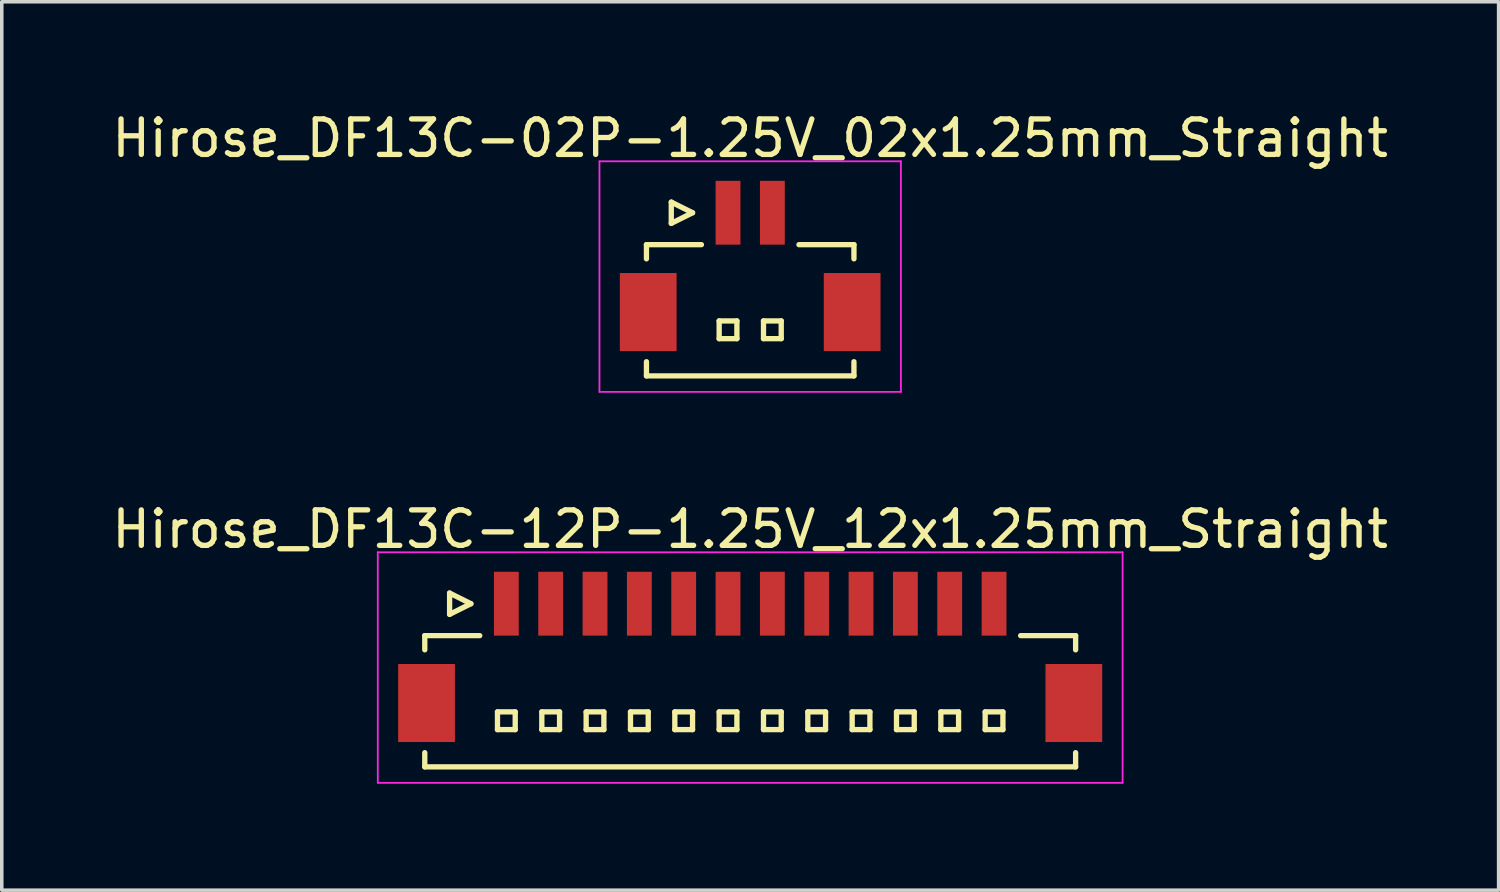
<source format=kicad_pcb>
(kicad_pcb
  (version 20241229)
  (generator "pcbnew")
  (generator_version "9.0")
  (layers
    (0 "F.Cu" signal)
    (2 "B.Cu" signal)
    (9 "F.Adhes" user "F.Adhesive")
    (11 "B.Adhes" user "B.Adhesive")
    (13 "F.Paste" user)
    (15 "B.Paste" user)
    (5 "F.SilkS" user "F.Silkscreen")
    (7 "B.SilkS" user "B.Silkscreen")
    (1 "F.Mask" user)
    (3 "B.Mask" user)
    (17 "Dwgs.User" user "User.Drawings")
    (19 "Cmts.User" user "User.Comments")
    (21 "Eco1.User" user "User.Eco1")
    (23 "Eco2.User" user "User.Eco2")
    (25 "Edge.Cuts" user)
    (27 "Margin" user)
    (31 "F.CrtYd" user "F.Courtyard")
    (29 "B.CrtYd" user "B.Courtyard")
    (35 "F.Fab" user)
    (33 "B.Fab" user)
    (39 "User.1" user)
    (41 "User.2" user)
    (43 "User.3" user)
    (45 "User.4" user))
  (footprint "Hirose_DF13C-12P-1.25V_12x1.25mm_Straight"
    (layer "F.Cu")
    (at 18.101 15.371)
    (property "Reference" "Hirose_DF13C-12P-1.25V_12x1.25mm_Straight" (at 0 -3.5 0) (layer "F.SilkS") (effects (font (size 1 1) (thickness 0.15))))
    (attr smd)
    (fp_line (start -9.175 -0.5) (end -9.175 -0.1) (stroke (width 0.15) (type solid)) (layer "F.SilkS"))
    (fp_line (start -9.175 -0.5) (end -7.625 -0.5) (stroke (width 0.15) (type solid)) (layer "F.SilkS"))
    (fp_line (start -9.175 3.2) (end -9.175 2.8) (stroke (width 0.15) (type solid)) (layer "F.SilkS"))
    (fp_line (start -9.175 3.2) (end 9.175 3.2) (stroke (width 0.15) (type solid)) (layer "F.SilkS"))
    (fp_line (start -8.475 -1.7) (end -8.475 -1.1) (stroke (width 0.15) (type solid)) (layer "F.SilkS"))
    (fp_line (start -8.475 -1.1) (end -7.875 -1.4) (stroke (width 0.15) (type solid)) (layer "F.SilkS"))
    (fp_line (start -7.875 -1.4) (end -8.475 -1.7) (stroke (width 0.15) (type solid)) (layer "F.SilkS"))
    (fp_line (start -7.125 1.65) (end -7.125 2.15) (stroke (width 0.15) (type solid)) (layer "F.SilkS"))
    (fp_line (start -7.125 2.15) (end -6.625 2.15) (stroke (width 0.15) (type solid)) (layer "F.SilkS"))
    (fp_line (start -6.625 1.65) (end -7.125 1.65) (stroke (width 0.15) (type solid)) (layer "F.SilkS"))
    (fp_line (start -6.625 2.15) (end -6.625 1.65) (stroke (width 0.15) (type solid)) (layer "F.SilkS"))
    (fp_line (start -5.875 1.65) (end -5.875 2.15) (stroke (width 0.15) (type solid)) (layer "F.SilkS"))
    (fp_line (start -5.875 2.15) (end -5.375 2.15) (stroke (width 0.15) (type solid)) (layer "F.SilkS"))
    (fp_line (start -5.375 1.65) (end -5.875 1.65) (stroke (width 0.15) (type solid)) (layer "F.SilkS"))
    (fp_line (start -5.375 2.15) (end -5.375 1.65) (stroke (width 0.15) (type solid)) (layer "F.SilkS"))
    (fp_line (start -4.625 1.65) (end -4.625 2.15) (stroke (width 0.15) (type solid)) (layer "F.SilkS"))
    (fp_line (start -4.625 2.15) (end -4.125 2.15) (stroke (width 0.15) (type solid)) (layer "F.SilkS"))
    (fp_line (start -4.125 1.65) (end -4.625 1.65) (stroke (width 0.15) (type solid)) (layer "F.SilkS"))
    (fp_line (start -4.125 2.15) (end -4.125 1.65) (stroke (width 0.15) (type solid)) (layer "F.SilkS"))
    (fp_line (start -3.375 1.65) (end -3.375 2.15) (stroke (width 0.15) (type solid)) (layer "F.SilkS"))
    (fp_line (start -3.375 2.15) (end -2.875 2.15) (stroke (width 0.15) (type solid)) (layer "F.SilkS"))
    (fp_line (start -2.875 1.65) (end -3.375 1.65) (stroke (width 0.15) (type solid)) (layer "F.SilkS"))
    (fp_line (start -2.875 2.15) (end -2.875 1.65) (stroke (width 0.15) (type solid)) (layer "F.SilkS"))
    (fp_line (start -2.125 1.65) (end -2.125 2.15) (stroke (width 0.15) (type solid)) (layer "F.SilkS"))
    (fp_line (start -2.125 2.15) (end -1.625 2.15) (stroke (width 0.15) (type solid)) (layer "F.SilkS"))
    (fp_line (start -1.625 1.65) (end -2.125 1.65) (stroke (width 0.15) (type solid)) (layer "F.SilkS"))
    (fp_line (start -1.625 2.15) (end -1.625 1.65) (stroke (width 0.15) (type solid)) (layer "F.SilkS"))
    (fp_line (start -0.875 1.65) (end -0.875 2.15) (stroke (width 0.15) (type solid)) (layer "F.SilkS"))
    (fp_line (start -0.875 2.15) (end -0.375 2.15) (stroke (width 0.15) (type solid)) (layer "F.SilkS"))
    (fp_line (start -0.375 1.65) (end -0.875 1.65) (stroke (width 0.15) (type solid)) (layer "F.SilkS"))
    (fp_line (start -0.375 2.15) (end -0.375 1.65) (stroke (width 0.15) (type solid)) (layer "F.SilkS"))
    (fp_line (start 0.375 1.65) (end 0.375 2.15) (stroke (width 0.15) (type solid)) (layer "F.SilkS"))
    (fp_line (start 0.375 2.15) (end 0.875 2.15) (stroke (width 0.15) (type solid)) (layer "F.SilkS"))
    (fp_line (start 0.875 1.65) (end 0.375 1.65) (stroke (width 0.15) (type solid)) (layer "F.SilkS"))
    (fp_line (start 0.875 2.15) (end 0.875 1.65) (stroke (width 0.15) (type solid)) (layer "F.SilkS"))
    (fp_line (start 1.625 1.65) (end 1.625 2.15) (stroke (width 0.15) (type solid)) (layer "F.SilkS"))
    (fp_line (start 1.625 2.15) (end 2.125 2.15) (stroke (width 0.15) (type solid)) (layer "F.SilkS"))
    (fp_line (start 2.125 1.65) (end 1.625 1.65) (stroke (width 0.15) (type solid)) (layer "F.SilkS"))
    (fp_line (start 2.125 2.15) (end 2.125 1.65) (stroke (width 0.15) (type solid)) (layer "F.SilkS"))
    (fp_line (start 2.875 1.65) (end 2.875 2.15) (stroke (width 0.15) (type solid)) (layer "F.SilkS"))
    (fp_line (start 2.875 2.15) (end 3.375 2.15) (stroke (width 0.15) (type solid)) (layer "F.SilkS"))
    (fp_line (start 3.375 1.65) (end 2.875 1.65) (stroke (width 0.15) (type solid)) (layer "F.SilkS"))
    (fp_line (start 3.375 2.15) (end 3.375 1.65) (stroke (width 0.15) (type solid)) (layer "F.SilkS"))
    (fp_line (start 4.125 1.65) (end 4.125 2.15) (stroke (width 0.15) (type solid)) (layer "F.SilkS"))
    (fp_line (start 4.125 2.15) (end 4.625 2.15) (stroke (width 0.15) (type solid)) (layer "F.SilkS"))
    (fp_line (start 4.625 1.65) (end 4.125 1.65) (stroke (width 0.15) (type solid)) (layer "F.SilkS"))
    (fp_line (start 4.625 2.15) (end 4.625 1.65) (stroke (width 0.15) (type solid)) (layer "F.SilkS"))
    (fp_line (start 5.375 1.65) (end 5.375 2.15) (stroke (width 0.15) (type solid)) (layer "F.SilkS"))
    (fp_line (start 5.375 2.15) (end 5.875 2.15) (stroke (width 0.15) (type solid)) (layer "F.SilkS"))
    (fp_line (start 5.875 1.65) (end 5.375 1.65) (stroke (width 0.15) (type solid)) (layer "F.SilkS"))
    (fp_line (start 5.875 2.15) (end 5.875 1.65) (stroke (width 0.15) (type solid)) (layer "F.SilkS"))
    (fp_line (start 6.625 1.65) (end 6.625 2.15) (stroke (width 0.15) (type solid)) (layer "F.SilkS"))
    (fp_line (start 6.625 2.15) (end 7.125 2.15) (stroke (width 0.15) (type solid)) (layer "F.SilkS"))
    (fp_line (start 7.125 1.65) (end 6.625 1.65) (stroke (width 0.15) (type solid)) (layer "F.SilkS"))
    (fp_line (start 7.125 2.15) (end 7.125 1.65) (stroke (width 0.15) (type solid)) (layer "F.SilkS"))
    (fp_line (start 9.175 -0.5) (end 7.625 -0.5) (stroke (width 0.15) (type solid)) (layer "F.SilkS"))
    (fp_line (start 9.175 -0.5) (end 9.175 -0.1) (stroke (width 0.15) (type solid)) (layer "F.SilkS"))
    (fp_line (start 9.175 3.2) (end 9.175 2.8) (stroke (width 0.15) (type solid)) (layer "F.SilkS"))
    (fp_line (start -10.5 -2.85) (end -10.5 3.65) (stroke (width 0.05) (type solid)) (layer "F.CrtYd"))
    (fp_line (start -10.5 3.65) (end 10.5 3.65) (stroke (width 0.05) (type solid)) (layer "F.CrtYd"))
    (fp_line (start 10.5 -2.85) (end -10.5 -2.85) (stroke (width 0.05) (type solid)) (layer "F.CrtYd"))
    (fp_line (start 10.5 3.65) (end 10.5 -2.85) (stroke (width 0.05) (type solid)) (layer "F.CrtYd"))
    (pad "" smd rect (at -9.125 1.4) (size 1.6 2.2) (layers "F.Cu" "F.Mask" "F.Paste"))
    (pad "" smd rect (at 9.125 1.4) (size 1.6 2.2) (layers "F.Cu" "F.Mask" "F.Paste"))
    (pad "1" smd rect (at -6.875 -1.4) (size 0.7 1.8) (layers "F.Cu" "F.Mask" "F.Paste"))
    (pad "2" smd rect (at -5.625 -1.4) (size 0.7 1.8) (layers "F.Cu" "F.Mask" "F.Paste"))
    (pad "3" smd rect (at -4.375 -1.4) (size 0.7 1.8) (layers "F.Cu" "F.Mask" "F.Paste"))
    (pad "4" smd rect (at -3.125 -1.4) (size 0.7 1.8) (layers "F.Cu" "F.Mask" "F.Paste"))
    (pad "5" smd rect (at -1.875 -1.4) (size 0.7 1.8) (layers "F.Cu" "F.Mask" "F.Paste"))
    (pad "6" smd rect (at -0.625 -1.4) (size 0.7 1.8) (layers "F.Cu" "F.Mask" "F.Paste"))
    (pad "7" smd rect (at 0.625 -1.4) (size 0.7 1.8) (layers "F.Cu" "F.Mask" "F.Paste"))
    (pad "8" smd rect (at 1.875 -1.4) (size 0.7 1.8) (layers "F.Cu" "F.Mask" "F.Paste"))
    (pad "9" smd rect (at 3.125 -1.4) (size 0.7 1.8) (layers "F.Cu" "F.Mask" "F.Paste"))
    (pad "10" smd rect (at 4.375 -1.4) (size 0.7 1.8) (layers "F.Cu" "F.Mask" "F.Paste"))
    (pad "11" smd rect (at 5.625 -1.4) (size 0.7 1.8) (layers "F.Cu" "F.Mask" "F.Paste"))
    (pad "12" smd rect (at 6.875 -1.4) (size 0.7 1.8) (layers "F.Cu" "F.Mask" "F.Paste")))
  (footprint "Hirose_DF13C-02P-1.25V_02x1.25mm_Straight"
    (layer "F.Cu")
    (at 18.101 4.348)
    (property "Reference" "Hirose_DF13C-02P-1.25V_02x1.25mm_Straight" (at 0 -3.5 0) (layer "F.SilkS") (effects (font (size 1 1) (thickness 0.15))))
    (attr smd)
    (fp_line (start -2.925 -0.5) (end -2.925 -0.1) (stroke (width 0.15) (type solid)) (layer "F.SilkS"))
    (fp_line (start -2.925 -0.5) (end -1.375 -0.5) (stroke (width 0.15) (type solid)) (layer "F.SilkS"))
    (fp_line (start -2.925 3.2) (end -2.925 2.8) (stroke (width 0.15) (type solid)) (layer "F.SilkS"))
    (fp_line (start -2.925 3.2) (end 2.925 3.2) (stroke (width 0.15) (type solid)) (layer "F.SilkS"))
    (fp_line (start -2.225 -1.7) (end -2.225 -1.1) (stroke (width 0.15) (type solid)) (layer "F.SilkS"))
    (fp_line (start -2.225 -1.1) (end -1.625 -1.4) (stroke (width 0.15) (type solid)) (layer "F.SilkS"))
    (fp_line (start -1.625 -1.4) (end -2.225 -1.7) (stroke (width 0.15) (type solid)) (layer "F.SilkS"))
    (fp_line (start -0.875 1.65) (end -0.875 2.15) (stroke (width 0.15) (type solid)) (layer "F.SilkS"))
    (fp_line (start -0.875 2.15) (end -0.375 2.15) (stroke (width 0.15) (type solid)) (layer "F.SilkS"))
    (fp_line (start -0.375 1.65) (end -0.875 1.65) (stroke (width 0.15) (type solid)) (layer "F.SilkS"))
    (fp_line (start -0.375 2.15) (end -0.375 1.65) (stroke (width 0.15) (type solid)) (layer "F.SilkS"))
    (fp_line (start 0.375 1.65) (end 0.375 2.15) (stroke (width 0.15) (type solid)) (layer "F.SilkS"))
    (fp_line (start 0.375 2.15) (end 0.875 2.15) (stroke (width 0.15) (type solid)) (layer "F.SilkS"))
    (fp_line (start 0.875 1.65) (end 0.375 1.65) (stroke (width 0.15) (type solid)) (layer "F.SilkS"))
    (fp_line (start 0.875 2.15) (end 0.875 1.65) (stroke (width 0.15) (type solid)) (layer "F.SilkS"))
    (fp_line (start 2.925 -0.5) (end 1.375 -0.5) (stroke (width 0.15) (type solid)) (layer "F.SilkS"))
    (fp_line (start 2.925 -0.5) (end 2.925 -0.1) (stroke (width 0.15) (type solid)) (layer "F.SilkS"))
    (fp_line (start 2.925 3.2) (end 2.925 2.8) (stroke (width 0.15) (type solid)) (layer "F.SilkS"))
    (fp_line (start -4.25 -2.85) (end -4.25 3.65) (stroke (width 0.05) (type solid)) (layer "F.CrtYd"))
    (fp_line (start -4.25 3.65) (end 4.25 3.65) (stroke (width 0.05) (type solid)) (layer "F.CrtYd"))
    (fp_line (start 4.25 -2.85) (end -4.25 -2.85) (stroke (width 0.05) (type solid)) (layer "F.CrtYd"))
    (fp_line (start 4.25 3.65) (end 4.25 -2.85) (stroke (width 0.05) (type solid)) (layer "F.CrtYd"))
    (pad "" smd rect (at -2.875 1.4) (size 1.6 2.2) (layers "F.Cu" "F.Mask" "F.Paste"))
    (pad "" smd rect (at 2.875 1.4) (size 1.6 2.2) (layers "F.Cu" "F.Mask" "F.Paste"))
    (pad "1" smd rect (at -0.625 -1.4) (size 0.7 1.8) (layers "F.Cu" "F.Mask" "F.Paste"))
    (pad "2" smd rect (at 0.625 -1.4) (size 0.7 1.8) (layers "F.Cu" "F.Mask" "F.Paste")))
  (gr_rect
    (start -3 -3)
    (end 39.202 22.047)
    (stroke (width 0.1) (type default))
    (fill no)
    (layer "Edge.Cuts")))
</source>
